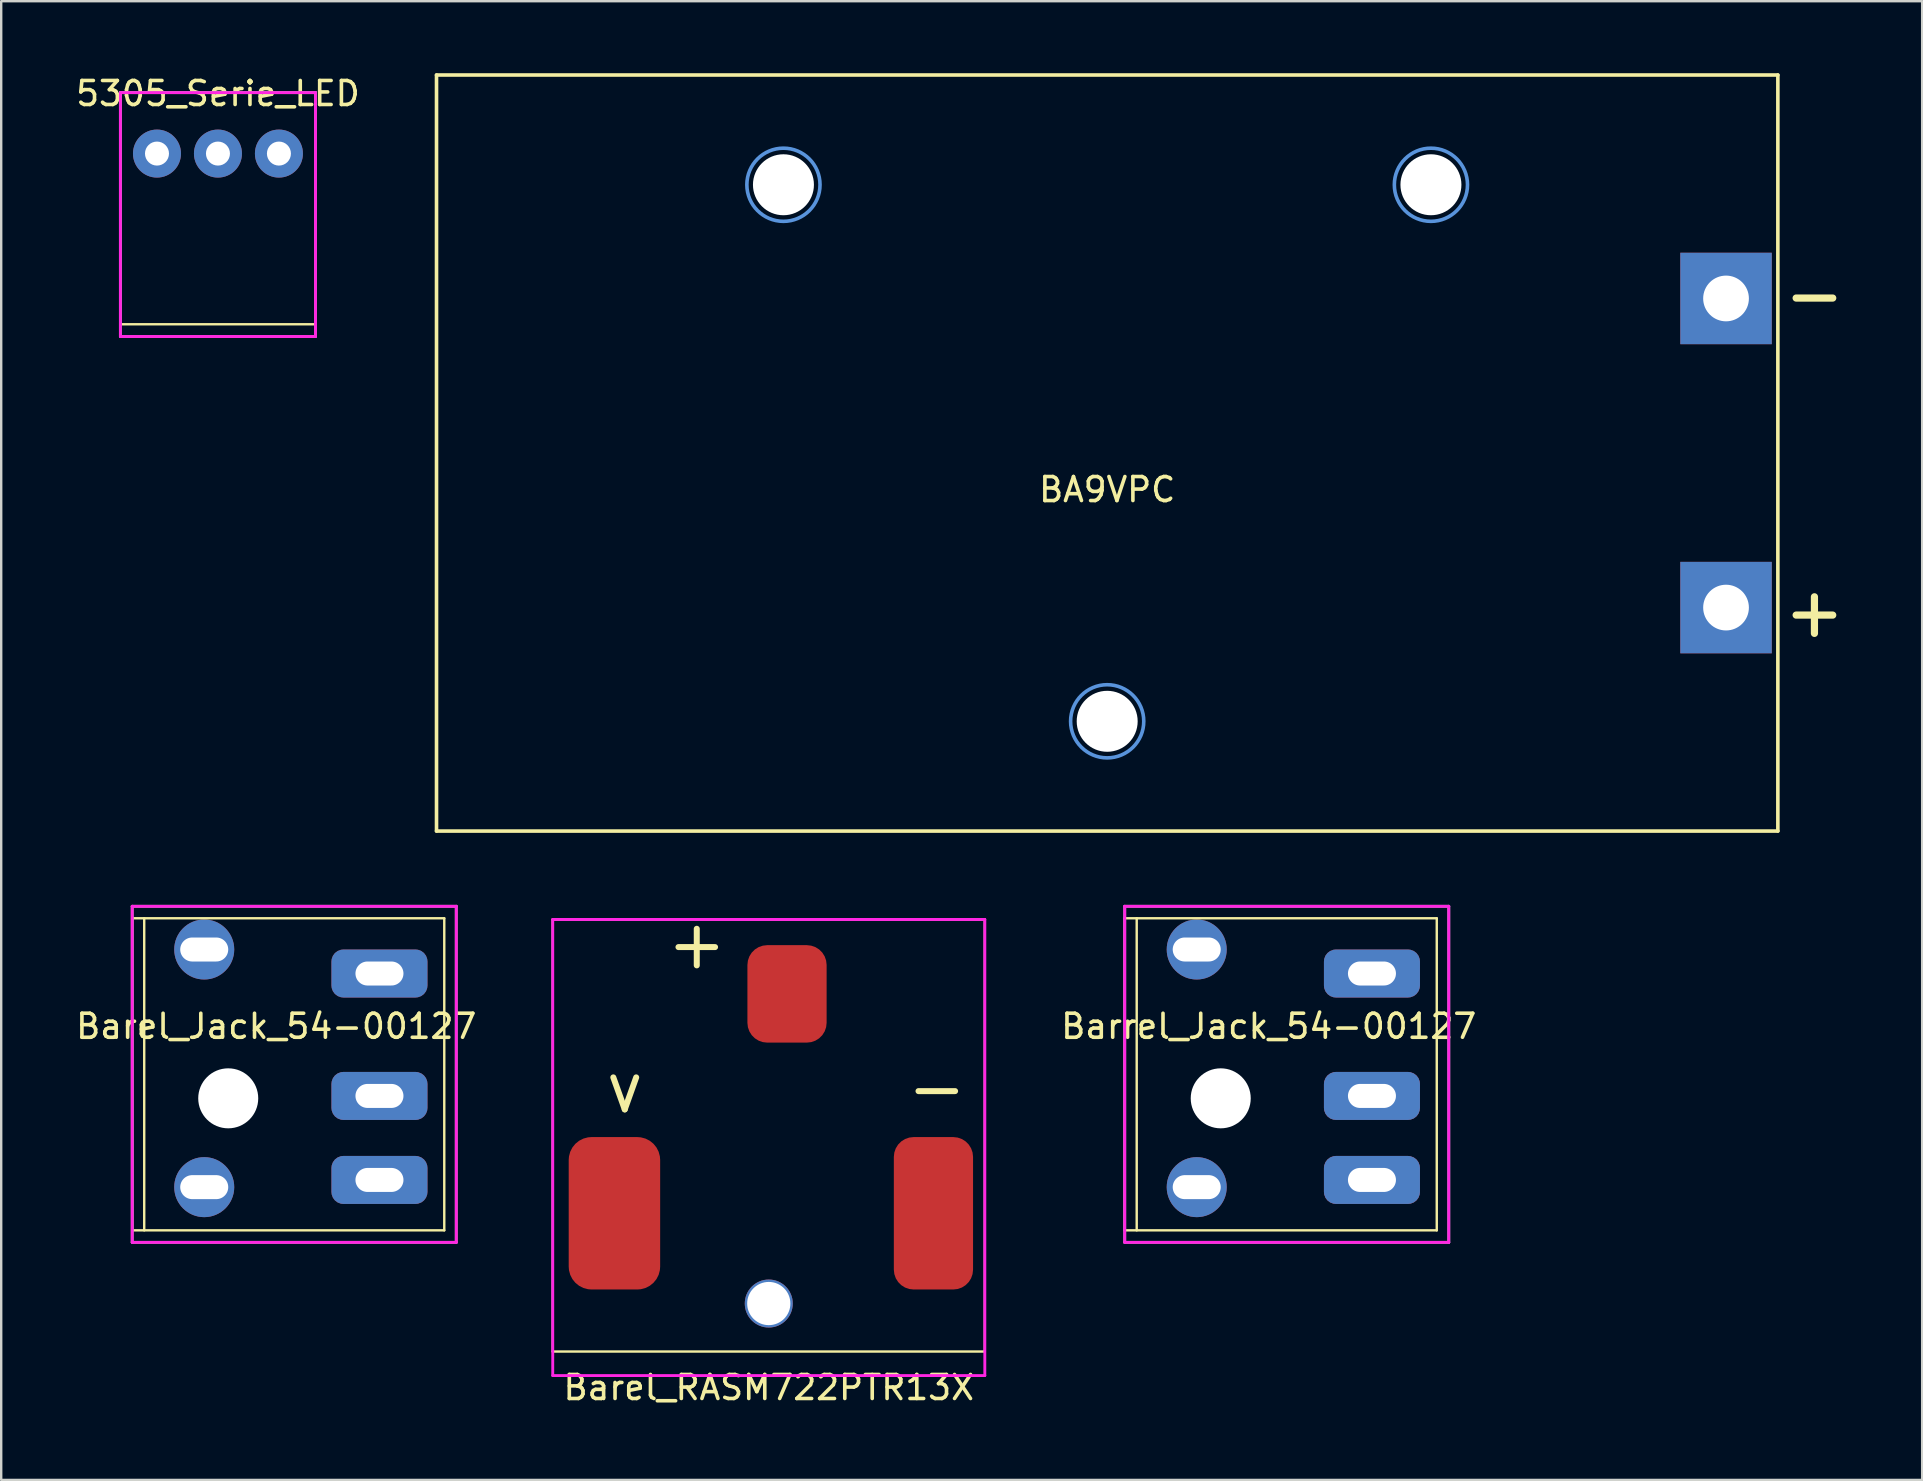
<source format=kicad_pcb>
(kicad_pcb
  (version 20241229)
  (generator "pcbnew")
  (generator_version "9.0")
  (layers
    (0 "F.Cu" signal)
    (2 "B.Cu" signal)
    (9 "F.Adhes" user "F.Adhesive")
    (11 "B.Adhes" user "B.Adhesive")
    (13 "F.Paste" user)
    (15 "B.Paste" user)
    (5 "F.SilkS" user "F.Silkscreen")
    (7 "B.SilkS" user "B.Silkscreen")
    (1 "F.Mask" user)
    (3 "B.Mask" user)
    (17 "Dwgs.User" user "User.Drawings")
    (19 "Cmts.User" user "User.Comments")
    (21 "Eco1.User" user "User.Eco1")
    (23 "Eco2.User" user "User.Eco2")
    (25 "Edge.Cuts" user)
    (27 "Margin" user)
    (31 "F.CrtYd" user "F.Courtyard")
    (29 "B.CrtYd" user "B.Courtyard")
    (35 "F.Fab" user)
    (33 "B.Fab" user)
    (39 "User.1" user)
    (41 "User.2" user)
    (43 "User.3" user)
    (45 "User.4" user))
  (footprint "BA9VPC"
    (layer "F.Cu")
    (at 43.075 15.823)
    (property "Reference" "BA9VPC" (at 0 1.524 0) (layer "F.SilkS") (effects (font (size 1 1) (thickness 0.15))))
    (attr through_hole)
    (fp_line (start -27.94 -15.748) (end 27.94 -15.748) (stroke (width 0.15) (type solid)) (layer "F.SilkS"))
    (fp_line (start -27.94 15.748) (end -27.94 -15.748) (stroke (width 0.15) (type solid)) (layer "F.SilkS"))
    (fp_line (start 27.94 -15.748) (end 27.94 15.748) (stroke (width 0.15) (type solid)) (layer "F.SilkS"))
    (fp_line (start 27.94 15.748) (end -27.94 15.748) (stroke (width 0.15) (type solid)) (layer "F.SilkS"))
    (fp_circle (center -13.487 -11.176) (end -13.487 -12.7) (stroke (width 0.15) (type solid)) (fill no) (layer "Cmts.User"))
    (fp_circle (center 0 11.176) (end 0 9.652) (stroke (width 0.15) (type solid)) (fill no) (layer "Cmts.User"))
    (fp_circle (center 13.487 -11.176) (end 13.487 -12.7) (stroke (width 0.15) (type solid)) (fill no) (layer "Cmts.User"))
    (fp_text user "+" (at 29.464 6.604 0) (layer "F.SilkS") (effects (font (size 2 2) (thickness 0.3))))
    (fp_text user "-" (at 29.464 -6.604 0) (layer "F.SilkS") (effects (font (size 2 2) (thickness 0.3))))
    (pad "" np_thru_hole circle (at -13.487 -11.176) (size 2.54 2.54) (drill 2.54) (layers "*.Cu" "*.Mask"))
    (pad "" np_thru_hole circle (at 0 11.176) (size 2.54 2.54) (drill 2.54) (layers "*.Cu" "*.Mask"))
    (pad "" np_thru_hole circle (at 13.487 -11.176) (size 2.54 2.54) (drill 2.54) (layers "*.Cu" "*.Mask"))
    (pad "1" thru_hole rect (at 25.781 -6.439) (size 3.81 3.81) (drill 1.905) (layers "*.Cu" "*.Mask"))
    (pad "2" thru_hole rect (at 25.781 6.439) (size 3.81 3.81) (drill 1.905) (layers "*.Cu" "*.Mask")))
  (footprint "Barel_Jack_54-00127"
    (layer "F.Cu")
    (at 6.458 42.706)
    (property "Reference" "Barel_Jack_54-00127" (at 2 -3 0) (layer "F.SilkS") (effects (font (size 1 1) (thickness 0.15))))
    (attr through_hole)
    (fp_line (start -4 -7.5) (end 9 -7.5) (stroke (width 0.1) (type solid)) (layer "F.SilkS"))
    (fp_line (start -4 5.5) (end -4 -7.5) (stroke (width 0.1) (type solid)) (layer "F.SilkS"))
    (fp_line (start -3.5 -7.5) (end -3.5 5.5) (stroke (width 0.1) (type solid)) (layer "F.SilkS"))
    (fp_line (start 9 -7.5) (end 9 5.5) (stroke (width 0.1) (type solid)) (layer "F.SilkS"))
    (fp_line (start 9 5.5) (end -4 5.5) (stroke (width 0.1) (type solid)) (layer "F.SilkS"))
    (fp_line (start -4 -8) (end 9.5 -8) (stroke (width 0.12) (type solid)) (layer "F.CrtYd"))
    (fp_line (start -4 6) (end -4 -8) (stroke (width 0.12) (type solid)) (layer "F.CrtYd"))
    (fp_line (start 9.5 -8) (end 9.5 6) (stroke (width 0.12) (type solid)) (layer "F.CrtYd"))
    (fp_line (start 9.5 6) (end -4 6) (stroke (width 0.12) (type solid)) (layer "F.CrtYd"))
    (fp_line (start -4 -8) (end 9.5 -8) (stroke (width 0.12) (type solid)) (layer "F.Fab"))
    (fp_line (start -4 6) (end -4 -8) (stroke (width 0.12) (type solid)) (layer "F.Fab"))
    (fp_line (start 9.5 -8) (end 9.5 6) (stroke (width 0.12) (type solid)) (layer "F.Fab"))
    (fp_line (start 9.5 6) (end -4 6) (stroke (width 0.12) (type solid)) (layer "F.Fab"))
    (pad "" np_thru_hole circle (at -1 -6.2) (size 2.5 2.5) (drill oval 2 1) (layers "*.Cu" "*.Mask"))
    (pad "" np_thru_hole circle (at -1 3.7) (size 2.5 2.5) (drill oval 2 1) (layers "*.Cu" "*.Mask"))
    (pad "" np_thru_hole circle (at 0 0) (size 2.5 2.5) (drill 2.5) (layers "*.Cu" "*.Mask"))
    (pad "1" thru_hole roundrect (at 6.3 3.4) (size 4 2) (drill oval 2 1) (layers "*.Cu" "*.Mask") (roundrect_rratio 0.25))
    (pad "2" thru_hole roundrect (at 6.3 -5.2) (size 4 2) (drill oval 2 1) (layers "*.Cu" "*.Mask") (roundrect_rratio 0.25))
    (pad "3" thru_hole roundrect (at 6.3 -0.1) (size 4 2) (drill oval 2 1) (layers "*.Cu" "*.Mask") (roundrect_rratio 0.25)))
  (footprint "5305_Serie_LED"
    (layer "F.Cu")
    (at 6.03 3.348)
    (property "Reference" "5305_Serie_LED" (at 0 -2.5 0) (layer "F.SilkS") (effects (font (size 1 1) (thickness 0.15))))
    (attr through_hole)
    (fp_line (start -4.064 -2.54) (end -4.064 0) (stroke (width 0.1) (type solid)) (layer "F.SilkS"))
    (fp_line (start -4.064 0) (end -4.064 7.112) (stroke (width 0.1) (type solid)) (layer "F.SilkS"))
    (fp_line (start -4.064 7.112) (end 4.064 7.112) (stroke (width 0.1) (type solid)) (layer "F.SilkS"))
    (fp_line (start 4.064 -2.54) (end -4.064 -2.54) (stroke (width 0.1) (type solid)) (layer "F.SilkS"))
    (fp_line (start 4.064 0) (end 4.064 -2.54) (stroke (width 0.1) (type solid)) (layer "F.SilkS"))
    (fp_line (start 4.064 7.112) (end 4.064 0) (stroke (width 0.1) (type solid)) (layer "F.SilkS"))
    (fp_line (start -4.064 -2.54) (end 4.064 -2.54) (stroke (width 0.12) (type solid)) (layer "F.CrtYd"))
    (fp_line (start -4.064 7.62) (end -4.064 -2.54) (stroke (width 0.12) (type solid)) (layer "F.CrtYd"))
    (fp_line (start -4.064 7.62) (end 4.064 7.62) (stroke (width 0.12) (type solid)) (layer "F.CrtYd"))
    (fp_line (start 4.064 -2.54) (end 4.064 7.62) (stroke (width 0.12) (type solid)) (layer "F.CrtYd"))
    (fp_line (start -4.064 -2.54) (end 4.064 -2.54) (stroke (width 0.12) (type solid)) (layer "F.Fab"))
    (fp_line (start -4.064 7.62) (end -4.064 -2.54) (stroke (width 0.12) (type solid)) (layer "F.Fab"))
    (fp_line (start 4.064 -2.54) (end 4.064 7.62) (stroke (width 0.12) (type solid)) (layer "F.Fab"))
    (fp_line (start 4.064 7.62) (end -4.064 7.62) (stroke (width 0.12) (type solid)) (layer "F.Fab"))
    (pad "1" thru_hole circle (at 2.54 0) (size 2 2) (drill 1) (layers "*.Cu" "*.Mask"))
    (pad "2" thru_hole circle (at -2.54 0) (size 2 2) (drill 1) (layers "*.Cu" "*.Mask"))
    (pad "3" thru_hole circle (at 0 0) (size 2 2) (drill 1) (layers "*.Cu" "*.Mask")))
  (footprint "Barel_RASM722PTR13X"
    (layer "F.Cu")
    (at 28.977 54.255)
    (property "Reference" "Barel_RASM722PTR13X" (at 0 0.5 0) (layer "F.SilkS") (effects (font (size 1 1) (thickness 0.15))))
    (attr through_hole)
    (fp_line (start -9 -19) (end -9 -1) (stroke (width 0.1) (type solid)) (layer "F.SilkS"))
    (fp_line (start -9 -1) (end 9 -1) (stroke (width 0.1) (type solid)) (layer "F.SilkS"))
    (fp_line (start 9 -19) (end -9 -19) (stroke (width 0.1) (type solid)) (layer "F.SilkS"))
    (fp_line (start 9 -1) (end 9 -19) (stroke (width 0.1) (type solid)) (layer "F.SilkS"))
    (fp_line (start -9 -19) (end 9 -19) (stroke (width 0.12) (type solid)) (layer "F.CrtYd"))
    (fp_line (start -9 0) (end -9 -19) (stroke (width 0.12) (type solid)) (layer "F.CrtYd"))
    (fp_line (start 9 -19) (end 9 0) (stroke (width 0.12) (type solid)) (layer "F.CrtYd"))
    (fp_line (start 9 0) (end -9 0) (stroke (width 0.12) (type solid)) (layer "F.CrtYd"))
    (fp_text user "+" (at -3 -18 0) (layer "F.SilkS") (effects (font (size 2 2) (thickness 0.25))))
    (fp_text user "-" (at 7 -12 0) (layer "F.SilkS") (effects (font (size 2 2) (thickness 0.25))))
    (fp_text user "v" (at -6 -12 0) (layer "F.SilkS") (effects (font (size 2 2) (thickness 0.25))))
    (pad "" np_thru_hole circle (at 0 -3) (size 2 2) (drill 1.8) (layers "*.Cu" "*.Mask"))
    (pad "1" smd roundrect (at 0.76 -15.9) (size 3.3 4.06) (layers "F.Cu" "F.Mask" "F.Paste") (roundrect_rratio 0.25))
    (pad "2" smd roundrect (at 6.86 -6.76) (size 3.3 6.35) (layers "F.Cu" "F.Mask" "F.Paste") (roundrect_rratio 0.25))
    (pad "3" smd roundrect (at -6.43 -6.76) (size 3.81 6.35) (layers "F.Cu" "F.Mask" "F.Paste") (roundrect_rratio 0.25)))
  (footprint "Barrel_Jack_54-00127"
    (layer "F.Cu")
    (at 47.805 42.706)
    (property "Reference" "Barrel_Jack_54-00127" (at 2 -3 0) (layer "F.SilkS") (effects (font (size 1 1) (thickness 0.15))))
    (attr through_hole)
    (fp_line (start -4 -7.5) (end 9 -7.5) (stroke (width 0.1) (type solid)) (layer "F.SilkS"))
    (fp_line (start -4 5.5) (end -4 -7.5) (stroke (width 0.1) (type solid)) (layer "F.SilkS"))
    (fp_line (start -3.5 -7.5) (end -3.5 5.5) (stroke (width 0.1) (type solid)) (layer "F.SilkS"))
    (fp_line (start 9 -7.5) (end 9 5.5) (stroke (width 0.1) (type solid)) (layer "F.SilkS"))
    (fp_line (start 9 5.5) (end -4 5.5) (stroke (width 0.1) (type solid)) (layer "F.SilkS"))
    (fp_line (start -4 -8) (end 9.5 -8) (stroke (width 0.12) (type solid)) (layer "F.CrtYd"))
    (fp_line (start -4 6) (end -4 -8) (stroke (width 0.12) (type solid)) (layer "F.CrtYd"))
    (fp_line (start 9.5 -8) (end 9.5 6) (stroke (width 0.12) (type solid)) (layer "F.CrtYd"))
    (fp_line (start 9.5 6) (end -4 6) (stroke (width 0.12) (type solid)) (layer "F.CrtYd"))
    (fp_line (start -4 -8) (end 9.5 -8) (stroke (width 0.12) (type solid)) (layer "F.Fab"))
    (fp_line (start -4 6) (end -4 -8) (stroke (width 0.12) (type solid)) (layer "F.Fab"))
    (fp_line (start 9.5 -8) (end 9.5 6) (stroke (width 0.12) (type solid)) (layer "F.Fab"))
    (fp_line (start 9.5 6) (end -4 6) (stroke (width 0.12) (type solid)) (layer "F.Fab"))
    (pad "" np_thru_hole circle (at -1 -6.2) (size 2.5 2.5) (drill oval 2 1) (layers "*.Cu" "*.Mask"))
    (pad "" np_thru_hole circle (at -1 3.7) (size 2.5 2.5) (drill oval 2 1) (layers "*.Cu" "*.Mask"))
    (pad "" np_thru_hole circle (at 0 0) (size 2.5 2.5) (drill 2.5) (layers "*.Cu" "*.Mask"))
    (pad "1" thru_hole roundrect (at 6.3 3.4) (size 4 2) (drill oval 2 1) (layers "*.Cu" "*.Mask") (roundrect_rratio 0.25))
    (pad "2" thru_hole roundrect (at 6.3 -5.2) (size 4 2) (drill oval 2 1) (layers "*.Cu" "*.Mask") (roundrect_rratio 0.25))
    (pad "3" thru_hole roundrect (at 6.3 -0.1) (size 4 2) (drill oval 2 1) (layers "*.Cu" "*.Mask") (roundrect_rratio 0.25)))
  (gr_rect
    (start -3 -3)
    (end 77.027 58.603)
    (stroke (width 0.1) (type default))
    (fill no)
    (layer "Edge.Cuts")))
</source>
